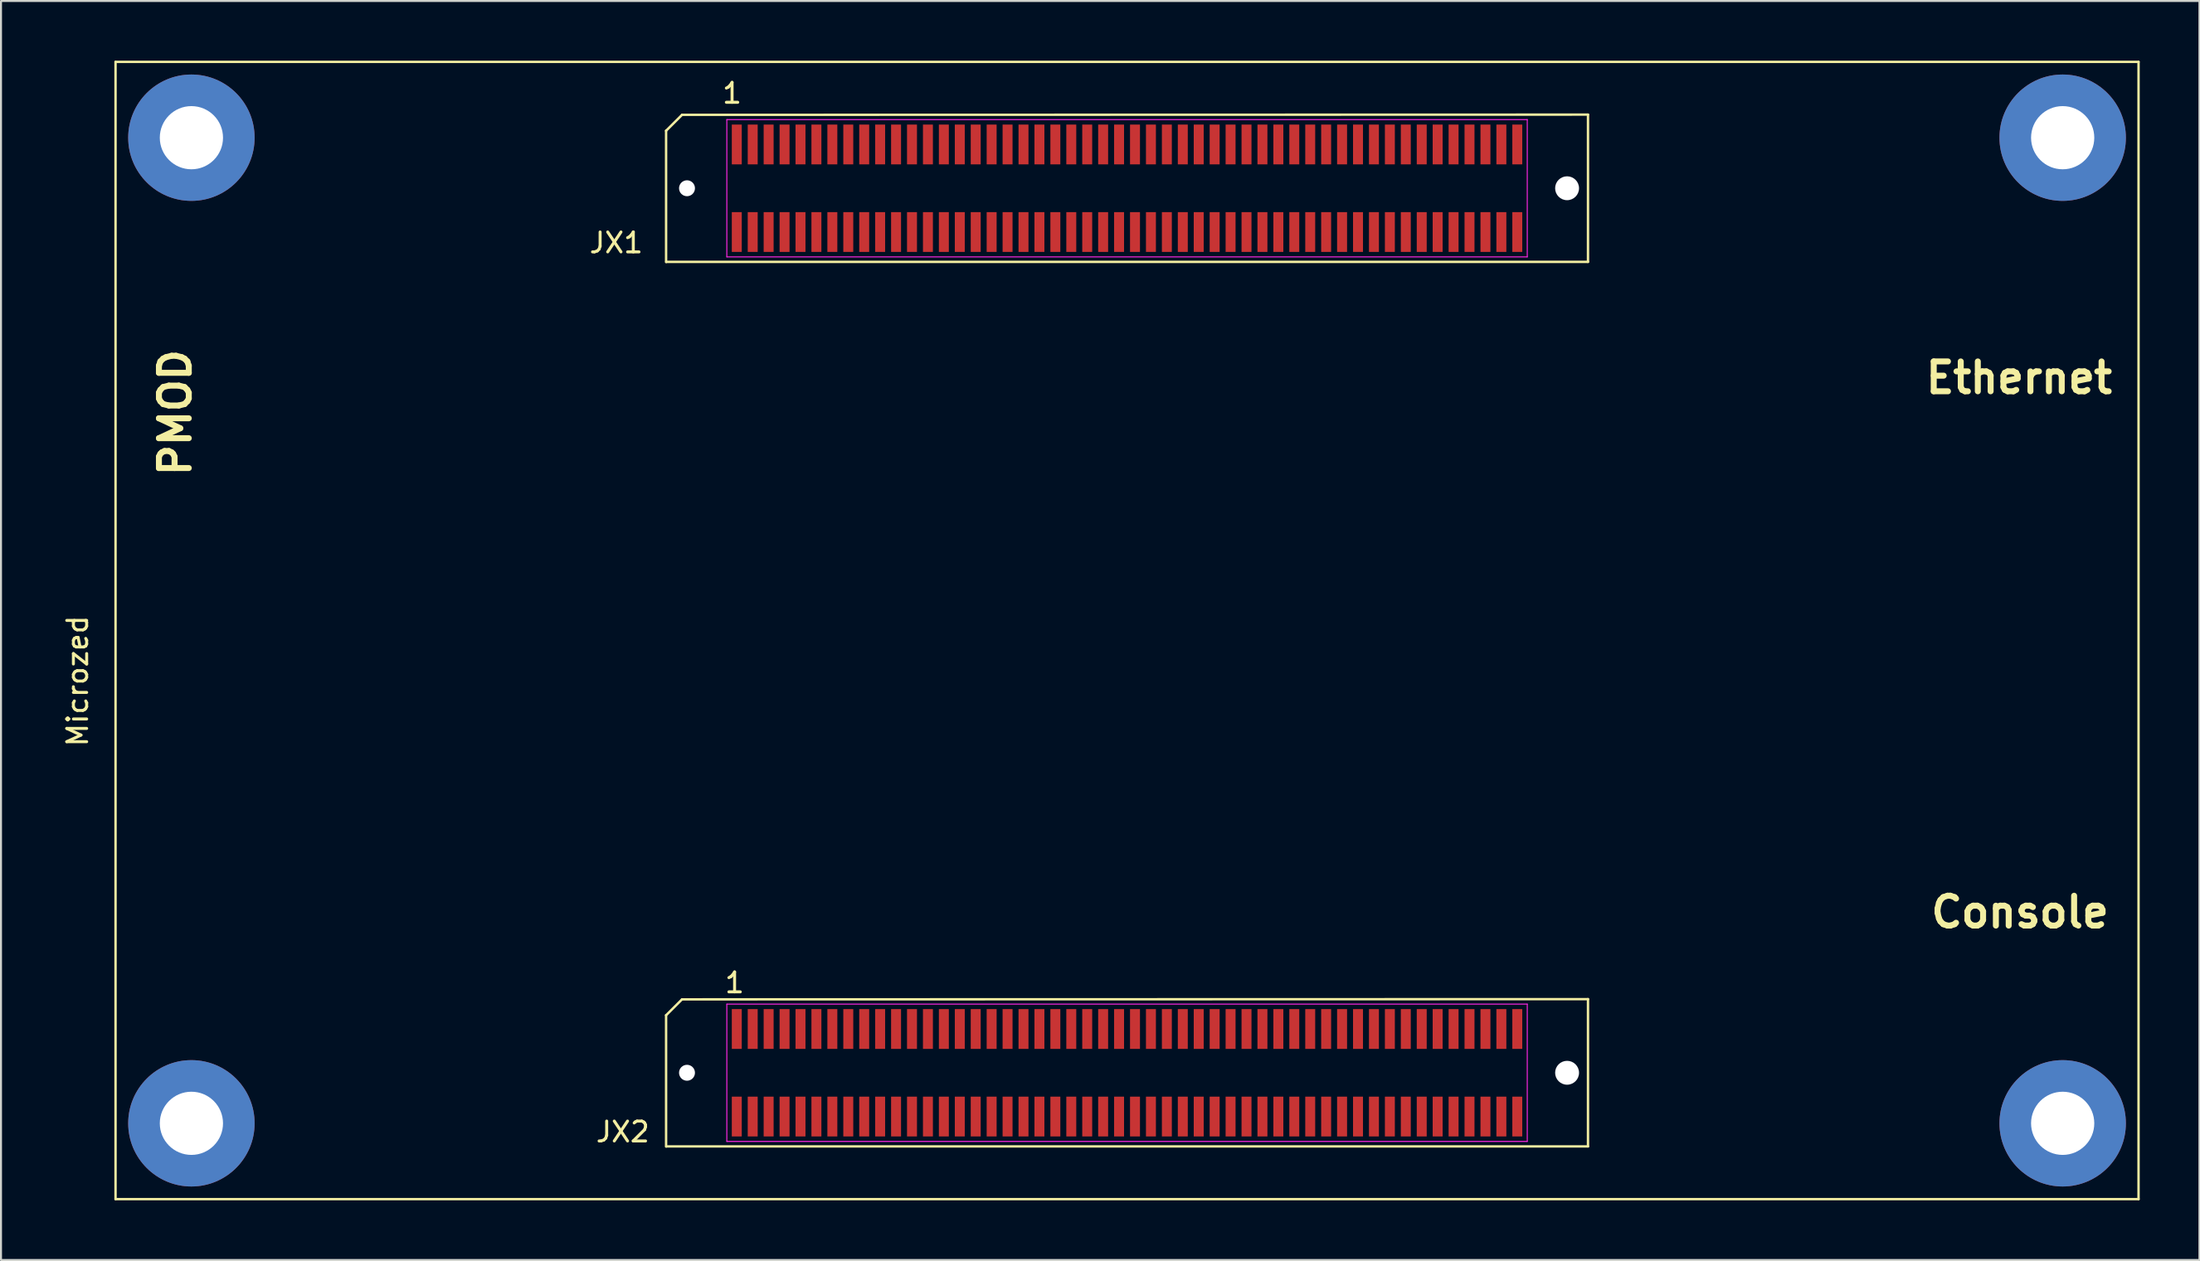
<source format=kicad_pcb>
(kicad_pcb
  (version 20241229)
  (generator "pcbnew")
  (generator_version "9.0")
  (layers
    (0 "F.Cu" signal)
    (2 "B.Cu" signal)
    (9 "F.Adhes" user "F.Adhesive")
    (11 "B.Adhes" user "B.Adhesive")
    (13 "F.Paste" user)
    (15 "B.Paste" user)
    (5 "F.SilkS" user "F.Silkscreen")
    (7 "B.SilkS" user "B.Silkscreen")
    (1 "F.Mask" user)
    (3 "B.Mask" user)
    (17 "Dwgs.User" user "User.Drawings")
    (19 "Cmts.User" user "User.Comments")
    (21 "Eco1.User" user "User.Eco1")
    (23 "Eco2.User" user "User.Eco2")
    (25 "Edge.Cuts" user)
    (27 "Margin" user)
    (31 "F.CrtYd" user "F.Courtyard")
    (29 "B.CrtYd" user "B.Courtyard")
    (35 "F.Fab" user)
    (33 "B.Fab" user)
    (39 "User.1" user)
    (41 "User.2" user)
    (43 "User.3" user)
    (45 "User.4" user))
  (footprint "Microzed"
    (layer "F.Cu")
    (at 53.553 28.635)
    (property "Reference" "Microzed" (at -52.705 2.54 90) (layer "F.SilkS") (effects (font (size 1 1) (thickness 0.15))))
    (attr smd)
    (fp_line (start -50.8 -28.575) (end 50.8 -28.575) (stroke (width 0.12) (type solid)) (layer "F.SilkS"))
    (fp_line (start -50.8 28.575) (end -50.8 -28.575) (stroke (width 0.12) (type solid)) (layer "F.SilkS"))
    (fp_line (start -23.15 -18.517) (end -23.15 -25.121) (stroke (width 0.12) (type solid)) (layer "F.SilkS"))
    (fp_line (start -23.15 25.933) (end -23.15 19.329) (stroke (width 0.12) (type solid)) (layer "F.SilkS"))
    (fp_line (start -22.35 -25.914) (end -23.15 -25.114) (stroke (width 0.12) (type solid)) (layer "F.SilkS"))
    (fp_line (start -22.35 -25.914) (end 23.15 -25.925) (stroke (width 0.12) (type solid)) (layer "F.SilkS"))
    (fp_line (start -22.35 18.536) (end -23.15 19.336) (stroke (width 0.12) (type solid)) (layer "F.SilkS"))
    (fp_line (start -22.35 18.536) (end 23.15 18.525) (stroke (width 0.12) (type solid)) (layer "F.SilkS"))
    (fp_line (start 23.15 -25.925) (end 23.15 -18.525) (stroke (width 0.12) (type solid)) (layer "F.SilkS"))
    (fp_line (start 23.15 -18.525) (end -23.139 -18.525) (stroke (width 0.12) (type solid)) (layer "F.SilkS"))
    (fp_line (start 23.15 18.525) (end 23.15 25.925) (stroke (width 0.12) (type solid)) (layer "F.SilkS"))
    (fp_line (start 23.15 25.925) (end -23.139 25.925) (stroke (width 0.12) (type solid)) (layer "F.SilkS"))
    (fp_line (start 50.8 -28.575) (end 50.8 28.575) (stroke (width 0.12) (type solid)) (layer "F.SilkS"))
    (fp_line (start 50.8 28.575) (end -50.8 28.575) (stroke (width 0.12) (type solid)) (layer "F.SilkS"))
    (fp_line (start -20.1 -25.675) (end 20.1 -25.675) (stroke (width 0.05) (type solid)) (layer "F.CrtYd"))
    (fp_line (start -20.1 -18.775) (end -20.1 -25.675) (stroke (width 0.05) (type solid)) (layer "F.CrtYd"))
    (fp_line (start -20.1 18.775) (end 20.1 18.775) (stroke (width 0.05) (type solid)) (layer "F.CrtYd"))
    (fp_line (start -20.1 25.675) (end -20.1 18.775) (stroke (width 0.05) (type solid)) (layer "F.CrtYd"))
    (fp_line (start 20.1 -25.675) (end 20.1 -18.775) (stroke (width 0.05) (type solid)) (layer "F.CrtYd"))
    (fp_line (start 20.1 -18.775) (end -20.1 -18.775) (stroke (width 0.05) (type solid)) (layer "F.CrtYd"))
    (fp_line (start 20.1 18.775) (end 20.1 25.675) (stroke (width 0.05) (type solid)) (layer "F.CrtYd"))
    (fp_line (start 20.1 25.675) (end -20.1 25.675) (stroke (width 0.05) (type solid)) (layer "F.CrtYd"))
    (fp_text user "1" (at -19.71 17.704 0) (layer "F.SilkS") (effects (font (size 1 1) (thickness 0.15))))
    (fp_text user "Ethernet" (at 44.8 -12.7 0) (layer "F.SilkS") (effects (font (size 1.5 1.5) (thickness 0.3))))
    (fp_text user "Console" (at 44.85 14.15 0) (layer "F.SilkS") (effects (font (size 1.5 1.5) (thickness 0.3))))
    (fp_text user "JX2" (at -25.324 25.197 0) (layer "F.SilkS") (effects (font (size 1 1) (thickness 0.15))))
    (fp_text user "PMOD" (at -47.8 -10.95 90) (layer "F.SilkS") (effects (font (size 1.5 1.5) (thickness 0.3))))
    (fp_text user "1" (at -19.837 -27 0) (layer "F.SilkS") (effects (font (size 1 1) (thickness 0.15))))
    (fp_text user "JX1" (at -25.654 -19.482 0) (layer "F.SilkS") (effects (font (size 1 1) (thickness 0.15))))
    (pad "" thru_hole circle (at -46.99 -24.765) (size 6.35 6.35) (drill 3.175) (layers "*.Cu" "*.Mask"))
    (pad "" thru_hole circle (at -46.99 24.765) (size 6.35 6.35) (drill 3.175) (layers "*.Cu" "*.Mask"))
    (pad "" np_thru_hole circle (at -22.1 -22.225) (size 0.8 0.8) (drill 0.8) (layers "*.Cu" "*.Mask"))
    (pad "" np_thru_hole circle (at -22.1 22.225) (size 0.8 0.8) (drill 0.8) (layers "*.Cu" "*.Mask"))
    (pad "" np_thru_hole circle (at 22.1 -22.225) (size 1.2 1.2) (drill 1.2) (layers "*.Cu" "*.Mask"))
    (pad "" np_thru_hole circle (at 22.1 22.225) (size 1.2 1.2) (drill 1.2) (layers "*.Cu" "*.Mask"))
    (pad "" thru_hole circle (at 46.99 -24.765) (size 6.35 6.35) (drill 3.175) (layers "*.Cu" "*.Mask"))
    (pad "" thru_hole circle (at 46.99 24.765) (size 6.35 6.35) (drill 3.175) (layers "*.Cu" "*.Mask"))
    (pad "A001" smd rect (at -19.6 -24.425) (size 0.5 2) (layers "F.Cu" "F.Mask" "F.Paste"))
    (pad "A002" smd rect (at -19.6 -20.025) (size 0.5 2) (layers "F.Cu" "F.Mask" "F.Paste"))
    (pad "A003" smd rect (at -18.8 -24.425) (size 0.5 2) (layers "F.Cu" "F.Mask" "F.Paste"))
    (pad "A004" smd rect (at -18.8 -20.025) (size 0.5 2) (layers "F.Cu" "F.Mask" "F.Paste"))
    (pad "A005" smd rect (at -18 -24.425) (size 0.5 2) (layers "F.Cu" "F.Mask" "F.Paste"))
    (pad "A006" smd rect (at -18 -20.025) (size 0.5 2) (layers "F.Cu" "F.Mask" "F.Paste"))
    (pad "A007" smd rect (at -17.2 -24.425) (size 0.5 2) (layers "F.Cu" "F.Mask" "F.Paste"))
    (pad "A008" smd rect (at -17.2 -20.025) (size 0.5 2) (layers "F.Cu" "F.Mask" "F.Paste"))
    (pad "A009" smd rect (at -16.4 -24.425) (size 0.5 2) (layers "F.Cu" "F.Mask" "F.Paste"))
    (pad "A010" smd rect (at -16.4 -20.025) (size 0.5 2) (layers "F.Cu" "F.Mask" "F.Paste"))
    (pad "A011" smd rect (at -15.6 -24.425) (size 0.5 2) (layers "F.Cu" "F.Mask" "F.Paste"))
    (pad "A012" smd rect (at -15.6 -20.025) (size 0.5 2) (layers "F.Cu" "F.Mask" "F.Paste"))
    (pad "A013" smd rect (at -14.8 -24.425) (size 0.5 2) (layers "F.Cu" "F.Mask" "F.Paste"))
    (pad "A014" smd rect (at -14.8 -20.025) (size 0.5 2) (layers "F.Cu" "F.Mask" "F.Paste"))
    (pad "A015" smd rect (at -14 -24.425) (size 0.5 2) (layers "F.Cu" "F.Mask" "F.Paste"))
    (pad "A016" smd rect (at -14 -20.025) (size 0.5 2) (layers "F.Cu" "F.Mask" "F.Paste"))
    (pad "A017" smd rect (at -13.2 -24.425) (size 0.5 2) (layers "F.Cu" "F.Mask" "F.Paste"))
    (pad "A018" smd rect (at -13.2 -20.025) (size 0.5 2) (layers "F.Cu" "F.Mask" "F.Paste"))
    (pad "A019" smd rect (at -12.4 -24.425) (size 0.5 2) (layers "F.Cu" "F.Mask" "F.Paste"))
    (pad "A020" smd rect (at -12.4 -20.025) (size 0.5 2) (layers "F.Cu" "F.Mask" "F.Paste"))
    (pad "A021" smd rect (at -11.6 -24.425) (size 0.5 2) (layers "F.Cu" "F.Mask" "F.Paste"))
    (pad "A022" smd rect (at -11.6 -20.025) (size 0.5 2) (layers "F.Cu" "F.Mask" "F.Paste"))
    (pad "A023" smd rect (at -10.8 -24.425) (size 0.5 2) (layers "F.Cu" "F.Mask" "F.Paste"))
    (pad "A024" smd rect (at -10.8 -20.025) (size 0.5 2) (layers "F.Cu" "F.Mask" "F.Paste"))
    (pad "A025" smd rect (at -10 -24.425) (size 0.5 2) (layers "F.Cu" "F.Mask" "F.Paste"))
    (pad "A026" smd rect (at -10 -20.025) (size 0.5 2) (layers "F.Cu" "F.Mask" "F.Paste"))
    (pad "A027" smd rect (at -9.2 -24.425) (size 0.5 2) (layers "F.Cu" "F.Mask" "F.Paste"))
    (pad "A028" smd rect (at -9.2 -20.025) (size 0.5 2) (layers "F.Cu" "F.Mask" "F.Paste"))
    (pad "A029" smd rect (at -8.4 -24.425) (size 0.5 2) (layers "F.Cu" "F.Mask" "F.Paste"))
    (pad "A030" smd rect (at -8.4 -20.025) (size 0.5 2) (layers "F.Cu" "F.Mask" "F.Paste"))
    (pad "A031" smd rect (at -7.6 -24.425) (size 0.5 2) (layers "F.Cu" "F.Mask" "F.Paste"))
    (pad "A032" smd rect (at -7.6 -20.025) (size 0.5 2) (layers "F.Cu" "F.Mask" "F.Paste"))
    (pad "A033" smd rect (at -6.8 -24.425) (size 0.5 2) (layers "F.Cu" "F.Mask" "F.Paste"))
    (pad "A034" smd rect (at -6.8 -20.025) (size 0.5 2) (layers "F.Cu" "F.Mask" "F.Paste"))
    (pad "A035" smd rect (at -6 -24.425) (size 0.5 2) (layers "F.Cu" "F.Mask" "F.Paste"))
    (pad "A036" smd rect (at -6 -20.025) (size 0.5 2) (layers "F.Cu" "F.Mask" "F.Paste"))
    (pad "A037" smd rect (at -5.2 -24.425) (size 0.5 2) (layers "F.Cu" "F.Mask" "F.Paste"))
    (pad "A038" smd rect (at -5.2 -20.025) (size 0.5 2) (layers "F.Cu" "F.Mask" "F.Paste"))
    (pad "A039" smd rect (at -4.4 -24.425) (size 0.5 2) (layers "F.Cu" "F.Mask" "F.Paste"))
    (pad "A040" smd rect (at -4.4 -20.025) (size 0.5 2) (layers "F.Cu" "F.Mask" "F.Paste"))
    (pad "A041" smd rect (at -3.6 -24.425) (size 0.5 2) (layers "F.Cu" "F.Mask" "F.Paste"))
    (pad "A042" smd rect (at -3.6 -20.025) (size 0.5 2) (layers "F.Cu" "F.Mask" "F.Paste"))
    (pad "A043" smd rect (at -2.8 -24.425) (size 0.5 2) (layers "F.Cu" "F.Mask" "F.Paste"))
    (pad "A044" smd rect (at -2.8 -20.025) (size 0.5 2) (layers "F.Cu" "F.Mask" "F.Paste"))
    (pad "A045" smd rect (at -2 -24.425) (size 0.5 2) (layers "F.Cu" "F.Mask" "F.Paste"))
    (pad "A046" smd rect (at -2 -20.025) (size 0.5 2) (layers "F.Cu" "F.Mask" "F.Paste"))
    (pad "A047" smd rect (at -1.2 -24.425) (size 0.5 2) (layers "F.Cu" "F.Mask" "F.Paste"))
    (pad "A048" smd rect (at -1.2 -20.025) (size 0.5 2) (layers "F.Cu" "F.Mask" "F.Paste"))
    (pad "A049" smd rect (at -0.4 -24.425) (size 0.5 2) (layers "F.Cu" "F.Mask" "F.Paste"))
    (pad "A050" smd rect (at -0.4 -20.025) (size 0.5 2) (layers "F.Cu" "F.Mask" "F.Paste"))
    (pad "A051" smd rect (at 0.4 -24.425) (size 0.5 2) (layers "F.Cu" "F.Mask" "F.Paste"))
    (pad "A052" smd rect (at 0.4 -20.025) (size 0.5 2) (layers "F.Cu" "F.Mask" "F.Paste"))
    (pad "A053" smd rect (at 1.2 -24.425) (size 0.5 2) (layers "F.Cu" "F.Mask" "F.Paste"))
    (pad "A054" smd rect (at 1.2 -20.025) (size 0.5 2) (layers "F.Cu" "F.Mask" "F.Paste"))
    (pad "A055" smd rect (at 2 -24.425) (size 0.5 2) (layers "F.Cu" "F.Mask" "F.Paste"))
    (pad "A056" smd rect (at 2 -20.025) (size 0.5 2) (layers "F.Cu" "F.Mask" "F.Paste"))
    (pad "A057" smd rect (at 2.8 -24.425) (size 0.5 2) (layers "F.Cu" "F.Mask" "F.Paste"))
    (pad "A058" smd rect (at 2.8 -20.025) (size 0.5 2) (layers "F.Cu" "F.Mask" "F.Paste"))
    (pad "A059" smd rect (at 3.6 -24.425) (size 0.5 2) (layers "F.Cu" "F.Mask" "F.Paste"))
    (pad "A060" smd rect (at 3.6 -20.025) (size 0.5 2) (layers "F.Cu" "F.Mask" "F.Paste"))
    (pad "A061" smd rect (at 4.4 -24.425) (size 0.5 2) (layers "F.Cu" "F.Mask" "F.Paste"))
    (pad "A062" smd rect (at 4.4 -20.025) (size 0.5 2) (layers "F.Cu" "F.Mask" "F.Paste"))
    (pad "A063" smd rect (at 5.2 -24.425) (size 0.5 2) (layers "F.Cu" "F.Mask" "F.Paste"))
    (pad "A064" smd rect (at 5.2 -20.025) (size 0.5 2) (layers "F.Cu" "F.Mask" "F.Paste"))
    (pad "A065" smd rect (at 6 -24.425) (size 0.5 2) (layers "F.Cu" "F.Mask" "F.Paste"))
    (pad "A066" smd rect (at 6 -20.025) (size 0.5 2) (layers "F.Cu" "F.Mask" "F.Paste"))
    (pad "A067" smd rect (at 6.8 -24.425) (size 0.5 2) (layers "F.Cu" "F.Mask" "F.Paste"))
    (pad "A068" smd rect (at 6.8 -20.025) (size 0.5 2) (layers "F.Cu" "F.Mask" "F.Paste"))
    (pad "A069" smd rect (at 7.6 -24.425) (size 0.5 2) (layers "F.Cu" "F.Mask" "F.Paste"))
    (pad "A070" smd rect (at 7.6 -20.025) (size 0.5 2) (layers "F.Cu" "F.Mask" "F.Paste"))
    (pad "A071" smd rect (at 8.4 -24.425) (size 0.5 2) (layers "F.Cu" "F.Mask" "F.Paste"))
    (pad "A072" smd rect (at 8.4 -20.025) (size 0.5 2) (layers "F.Cu" "F.Mask" "F.Paste"))
    (pad "A073" smd rect (at 9.2 -24.425) (size 0.5 2) (layers "F.Cu" "F.Mask" "F.Paste"))
    (pad "A074" smd rect (at 9.2 -20.025) (size 0.5 2) (layers "F.Cu" "F.Mask" "F.Paste"))
    (pad "A075" smd rect (at 10 -24.425) (size 0.5 2) (layers "F.Cu" "F.Mask" "F.Paste"))
    (pad "A076" smd rect (at 10 -20.025) (size 0.5 2) (layers "F.Cu" "F.Mask" "F.Paste"))
    (pad "A077" smd rect (at 10.8 -24.425) (size 0.5 2) (layers "F.Cu" "F.Mask" "F.Paste"))
    (pad "A078" smd rect (at 10.8 -20.025) (size 0.5 2) (layers "F.Cu" "F.Mask" "F.Paste"))
    (pad "A079" smd rect (at 11.6 -24.425) (size 0.5 2) (layers "F.Cu" "F.Mask" "F.Paste"))
    (pad "A080" smd rect (at 11.6 -20.025) (size 0.5 2) (layers "F.Cu" "F.Mask" "F.Paste"))
    (pad "A081" smd rect (at 12.4 -24.425) (size 0.5 2) (layers "F.Cu" "F.Mask" "F.Paste"))
    (pad "A082" smd rect (at 12.4 -20.025) (size 0.5 2) (layers "F.Cu" "F.Mask" "F.Paste"))
    (pad "A083" smd rect (at 13.2 -24.425) (size 0.5 2) (layers "F.Cu" "F.Mask" "F.Paste"))
    (pad "A084" smd rect (at 13.2 -20.025) (size 0.5 2) (layers "F.Cu" "F.Mask" "F.Paste"))
    (pad "A085" smd rect (at 14 -24.425) (size 0.5 2) (layers "F.Cu" "F.Mask" "F.Paste"))
    (pad "A086" smd rect (at 14 -20.025) (size 0.5 2) (layers "F.Cu" "F.Mask" "F.Paste"))
    (pad "A087" smd rect (at 14.8 -24.425) (size 0.5 2) (layers "F.Cu" "F.Mask" "F.Paste"))
    (pad "A088" smd rect (at 14.8 -20.025) (size 0.5 2) (layers "F.Cu" "F.Mask" "F.Paste"))
    (pad "A089" smd rect (at 15.6 -24.425) (size 0.5 2) (layers "F.Cu" "F.Mask" "F.Paste"))
    (pad "A090" smd rect (at 15.6 -20.025) (size 0.5 2) (layers "F.Cu" "F.Mask" "F.Paste"))
    (pad "A091" smd rect (at 16.4 -24.425) (size 0.5 2) (layers "F.Cu" "F.Mask" "F.Paste"))
    (pad "A092" smd rect (at 16.4 -20.025) (size 0.5 2) (layers "F.Cu" "F.Mask" "F.Paste"))
    (pad "A093" smd rect (at 17.2 -24.425) (size 0.5 2) (layers "F.Cu" "F.Mask" "F.Paste"))
    (pad "A094" smd rect (at 17.2 -20.025) (size 0.5 2) (layers "F.Cu" "F.Mask" "F.Paste"))
    (pad "A095" smd rect (at 18 -24.425) (size 0.5 2) (layers "F.Cu" "F.Mask" "F.Paste"))
    (pad "A096" smd rect (at 18 -20.025) (size 0.5 2) (layers "F.Cu" "F.Mask" "F.Paste"))
    (pad "A097" smd rect (at 18.8 -24.425) (size 0.5 2) (layers "F.Cu" "F.Mask" "F.Paste"))
    (pad "A098" smd rect (at 18.8 -20.025) (size 0.5 2) (layers "F.Cu" "F.Mask" "F.Paste"))
    (pad "A099" smd rect (at 19.6 -24.425) (size 0.5 2) (layers "F.Cu" "F.Mask" "F.Paste"))
    (pad "A100" smd rect (at 19.6 -20.025) (size 0.5 2) (layers "F.Cu" "F.Mask" "F.Paste"))
    (pad "B001" smd rect (at -19.6 20.025) (size 0.5 2) (layers "F.Cu" "F.Mask" "F.Paste"))
    (pad "B002" smd rect (at -19.6 24.425) (size 0.5 2) (layers "F.Cu" "F.Mask" "F.Paste"))
    (pad "B003" smd rect (at -18.8 20.025) (size 0.5 2) (layers "F.Cu" "F.Mask" "F.Paste"))
    (pad "B004" smd rect (at -18.8 24.425) (size 0.5 2) (layers "F.Cu" "F.Mask" "F.Paste"))
    (pad "B005" smd rect (at -18 20.025) (size 0.5 2) (layers "F.Cu" "F.Mask" "F.Paste"))
    (pad "B006" smd rect (at -18 24.425) (size 0.5 2) (layers "F.Cu" "F.Mask" "F.Paste"))
    (pad "B007" smd rect (at -17.2 20.025) (size 0.5 2) (layers "F.Cu" "F.Mask" "F.Paste"))
    (pad "B008" smd rect (at -17.2 24.425) (size 0.5 2) (layers "F.Cu" "F.Mask" "F.Paste"))
    (pad "B009" smd rect (at -16.4 20.025) (size 0.5 2) (layers "F.Cu" "F.Mask" "F.Paste"))
    (pad "B010" smd rect (at -16.4 24.425) (size 0.5 2) (layers "F.Cu" "F.Mask" "F.Paste"))
    (pad "B011" smd rect (at -15.6 20.025) (size 0.5 2) (layers "F.Cu" "F.Mask" "F.Paste"))
    (pad "B012" smd rect (at -15.6 24.425) (size 0.5 2) (layers "F.Cu" "F.Mask" "F.Paste"))
    (pad "B013" smd rect (at -14.8 20.025) (size 0.5 2) (layers "F.Cu" "F.Mask" "F.Paste"))
    (pad "B014" smd rect (at -14.8 24.425) (size 0.5 2) (layers "F.Cu" "F.Mask" "F.Paste"))
    (pad "B015" smd rect (at -14 20.025) (size 0.5 2) (layers "F.Cu" "F.Mask" "F.Paste"))
    (pad "B016" smd rect (at -14 24.425) (size 0.5 2) (layers "F.Cu" "F.Mask" "F.Paste"))
    (pad "B017" smd rect (at -13.2 20.025) (size 0.5 2) (layers "F.Cu" "F.Mask" "F.Paste"))
    (pad "B018" smd rect (at -13.2 24.425) (size 0.5 2) (layers "F.Cu" "F.Mask" "F.Paste"))
    (pad "B019" smd rect (at -12.4 20.025) (size 0.5 2) (layers "F.Cu" "F.Mask" "F.Paste"))
    (pad "B020" smd rect (at -12.4 24.425) (size 0.5 2) (layers "F.Cu" "F.Mask" "F.Paste"))
    (pad "B021" smd rect (at -11.6 20.025) (size 0.5 2) (layers "F.Cu" "F.Mask" "F.Paste"))
    (pad "B022" smd rect (at -11.6 24.425) (size 0.5 2) (layers "F.Cu" "F.Mask" "F.Paste"))
    (pad "B023" smd rect (at -10.8 20.025) (size 0.5 2) (layers "F.Cu" "F.Mask" "F.Paste"))
    (pad "B024" smd rect (at -10.8 24.425) (size 0.5 2) (layers "F.Cu" "F.Mask" "F.Paste"))
    (pad "B025" smd rect (at -10 20.025) (size 0.5 2) (layers "F.Cu" "F.Mask" "F.Paste"))
    (pad "B026" smd rect (at -10 24.425) (size 0.5 2) (layers "F.Cu" "F.Mask" "F.Paste"))
    (pad "B027" smd rect (at -9.2 20.025) (size 0.5 2) (layers "F.Cu" "F.Mask" "F.Paste"))
    (pad "B028" smd rect (at -9.2 24.425) (size 0.5 2) (layers "F.Cu" "F.Mask" "F.Paste"))
    (pad "B029" smd rect (at -8.4 20.025) (size 0.5 2) (layers "F.Cu" "F.Mask" "F.Paste"))
    (pad "B030" smd rect (at -8.4 24.425) (size 0.5 2) (layers "F.Cu" "F.Mask" "F.Paste"))
    (pad "B031" smd rect (at -7.6 20.025) (size 0.5 2) (layers "F.Cu" "F.Mask" "F.Paste"))
    (pad "B032" smd rect (at -7.6 24.425) (size 0.5 2) (layers "F.Cu" "F.Mask" "F.Paste"))
    (pad "B033" smd rect (at -6.8 20.025) (size 0.5 2) (layers "F.Cu" "F.Mask" "F.Paste"))
    (pad "B034" smd rect (at -6.8 24.425) (size 0.5 2) (layers "F.Cu" "F.Mask" "F.Paste"))
    (pad "B035" smd rect (at -6 20.025) (size 0.5 2) (layers "F.Cu" "F.Mask" "F.Paste"))
    (pad "B036" smd rect (at -6 24.425) (size 0.5 2) (layers "F.Cu" "F.Mask" "F.Paste"))
    (pad "B037" smd rect (at -5.2 20.025) (size 0.5 2) (layers "F.Cu" "F.Mask" "F.Paste"))
    (pad "B038" smd rect (at -5.2 24.425) (size 0.5 2) (layers "F.Cu" "F.Mask" "F.Paste"))
    (pad "B039" smd rect (at -4.4 20.025) (size 0.5 2) (layers "F.Cu" "F.Mask" "F.Paste"))
    (pad "B040" smd rect (at -4.4 24.425) (size 0.5 2) (layers "F.Cu" "F.Mask" "F.Paste"))
    (pad "B041" smd rect (at -3.6 20.025) (size 0.5 2) (layers "F.Cu" "F.Mask" "F.Paste"))
    (pad "B042" smd rect (at -3.6 24.425) (size 0.5 2) (layers "F.Cu" "F.Mask" "F.Paste"))
    (pad "B043" smd rect (at -2.8 20.025) (size 0.5 2) (layers "F.Cu" "F.Mask" "F.Paste"))
    (pad "B044" smd rect (at -2.8 24.425) (size 0.5 2) (layers "F.Cu" "F.Mask" "F.Paste"))
    (pad "B045" smd rect (at -2 20.025) (size 0.5 2) (layers "F.Cu" "F.Mask" "F.Paste"))
    (pad "B046" smd rect (at -2 24.425) (size 0.5 2) (layers "F.Cu" "F.Mask" "F.Paste"))
    (pad "B047" smd rect (at -1.2 20.025) (size 0.5 2) (layers "F.Cu" "F.Mask" "F.Paste"))
    (pad "B048" smd rect (at -1.2 24.425) (size 0.5 2) (layers "F.Cu" "F.Mask" "F.Paste"))
    (pad "B049" smd rect (at -0.4 20.025) (size 0.5 2) (layers "F.Cu" "F.Mask" "F.Paste"))
    (pad "B050" smd rect (at -0.4 24.425) (size 0.5 2) (layers "F.Cu" "F.Mask" "F.Paste"))
    (pad "B051" smd rect (at 0.4 20.025) (size 0.5 2) (layers "F.Cu" "F.Mask" "F.Paste"))
    (pad "B052" smd rect (at 0.4 24.425) (size 0.5 2) (layers "F.Cu" "F.Mask" "F.Paste"))
    (pad "B053" smd rect (at 1.2 20.025) (size 0.5 2) (layers "F.Cu" "F.Mask" "F.Paste"))
    (pad "B054" smd rect (at 1.2 24.425) (size 0.5 2) (layers "F.Cu" "F.Mask" "F.Paste"))
    (pad "B055" smd rect (at 2 20.025) (size 0.5 2) (layers "F.Cu" "F.Mask" "F.Paste"))
    (pad "B056" smd rect (at 2 24.425) (size 0.5 2) (layers "F.Cu" "F.Mask" "F.Paste"))
    (pad "B057" smd rect (at 2.8 20.025) (size 0.5 2) (layers "F.Cu" "F.Mask" "F.Paste"))
    (pad "B058" smd rect (at 2.8 24.425) (size 0.5 2) (layers "F.Cu" "F.Mask" "F.Paste"))
    (pad "B059" smd rect (at 3.6 20.025) (size 0.5 2) (layers "F.Cu" "F.Mask" "F.Paste"))
    (pad "B060" smd rect (at 3.6 24.425) (size 0.5 2) (layers "F.Cu" "F.Mask" "F.Paste"))
    (pad "B061" smd rect (at 4.4 20.025) (size 0.5 2) (layers "F.Cu" "F.Mask" "F.Paste"))
    (pad "B062" smd rect (at 4.4 24.425) (size 0.5 2) (layers "F.Cu" "F.Mask" "F.Paste"))
    (pad "B063" smd rect (at 5.2 20.025) (size 0.5 2) (layers "F.Cu" "F.Mask" "F.Paste"))
    (pad "B064" smd rect (at 5.2 24.425) (size 0.5 2) (layers "F.Cu" "F.Mask" "F.Paste"))
    (pad "B065" smd rect (at 6 20.025) (size 0.5 2) (layers "F.Cu" "F.Mask" "F.Paste"))
    (pad "B066" smd rect (at 6 24.425) (size 0.5 2) (layers "F.Cu" "F.Mask" "F.Paste"))
    (pad "B067" smd rect (at 6.8 20.025) (size 0.5 2) (layers "F.Cu" "F.Mask" "F.Paste"))
    (pad "B068" smd rect (at 6.8 24.425) (size 0.5 2) (layers "F.Cu" "F.Mask" "F.Paste"))
    (pad "B069" smd rect (at 7.6 20.025) (size 0.5 2) (layers "F.Cu" "F.Mask" "F.Paste"))
    (pad "B070" smd rect (at 7.6 24.425) (size 0.5 2) (layers "F.Cu" "F.Mask" "F.Paste"))
    (pad "B071" smd rect (at 8.4 20.025) (size 0.5 2) (layers "F.Cu" "F.Mask" "F.Paste"))
    (pad "B072" smd rect (at 8.4 24.425) (size 0.5 2) (layers "F.Cu" "F.Mask" "F.Paste"))
    (pad "B073" smd rect (at 9.2 20.025) (size 0.5 2) (layers "F.Cu" "F.Mask" "F.Paste"))
    (pad "B074" smd rect (at 9.2 24.425) (size 0.5 2) (layers "F.Cu" "F.Mask" "F.Paste"))
    (pad "B075" smd rect (at 10 20.025) (size 0.5 2) (layers "F.Cu" "F.Mask" "F.Paste"))
    (pad "B076" smd rect (at 10 24.425) (size 0.5 2) (layers "F.Cu" "F.Mask" "F.Paste"))
    (pad "B077" smd rect (at 10.8 20.025) (size 0.5 2) (layers "F.Cu" "F.Mask" "F.Paste"))
    (pad "B078" smd rect (at 10.8 24.425) (size 0.5 2) (layers "F.Cu" "F.Mask" "F.Paste"))
    (pad "B079" smd rect (at 11.6 20.025) (size 0.5 2) (layers "F.Cu" "F.Mask" "F.Paste"))
    (pad "B080" smd rect (at 11.6 24.425) (size 0.5 2) (layers "F.Cu" "F.Mask" "F.Paste"))
    (pad "B081" smd rect (at 12.4 20.025) (size 0.5 2) (layers "F.Cu" "F.Mask" "F.Paste"))
    (pad "B082" smd rect (at 12.4 24.425) (size 0.5 2) (layers "F.Cu" "F.Mask" "F.Paste"))
    (pad "B083" smd rect (at 13.2 20.025) (size 0.5 2) (layers "F.Cu" "F.Mask" "F.Paste"))
    (pad "B084" smd rect (at 13.2 24.425) (size 0.5 2) (layers "F.Cu" "F.Mask" "F.Paste"))
    (pad "B085" smd rect (at 14 20.025) (size 0.5 2) (layers "F.Cu" "F.Mask" "F.Paste"))
    (pad "B086" smd rect (at 14 24.425) (size 0.5 2) (layers "F.Cu" "F.Mask" "F.Paste"))
    (pad "B087" smd rect (at 14.8 20.025) (size 0.5 2) (layers "F.Cu" "F.Mask" "F.Paste"))
    (pad "B088" smd rect (at 14.8 24.425) (size 0.5 2) (layers "F.Cu" "F.Mask" "F.Paste"))
    (pad "B089" smd rect (at 15.6 20.025) (size 0.5 2) (layers "F.Cu" "F.Mask" "F.Paste"))
    (pad "B090" smd rect (at 15.6 24.425) (size 0.5 2) (layers "F.Cu" "F.Mask" "F.Paste"))
    (pad "B091" smd rect (at 16.4 20.025) (size 0.5 2) (layers "F.Cu" "F.Mask" "F.Paste"))
    (pad "B092" smd rect (at 16.4 24.425) (size 0.5 2) (layers "F.Cu" "F.Mask" "F.Paste"))
    (pad "B093" smd rect (at 17.2 20.025) (size 0.5 2) (layers "F.Cu" "F.Mask" "F.Paste"))
    (pad "B094" smd rect (at 17.2 24.425) (size 0.5 2) (layers "F.Cu" "F.Mask" "F.Paste"))
    (pad "B095" smd rect (at 18 20.025) (size 0.5 2) (layers "F.Cu" "F.Mask" "F.Paste"))
    (pad "B096" smd rect (at 18 24.425) (size 0.5 2) (layers "F.Cu" "F.Mask" "F.Paste"))
    (pad "B097" smd rect (at 18.8 20.025) (size 0.5 2) (layers "F.Cu" "F.Mask" "F.Paste"))
    (pad "B098" smd rect (at 18.8 24.425) (size 0.5 2) (layers "F.Cu" "F.Mask" "F.Paste"))
    (pad "B099" smd rect (at 19.6 20.025) (size 0.5 2) (layers "F.Cu" "F.Mask" "F.Paste"))
    (pad "B100" smd rect (at 19.6 24.425) (size 0.5 2) (layers "F.Cu" "F.Mask" "F.Paste")))
  (gr_rect
    (start -3 -3)
    (end 107.413 60.27)
    (stroke (width 0.1) (type default))
    (fill no)
    (layer "Edge.Cuts")))
</source>
